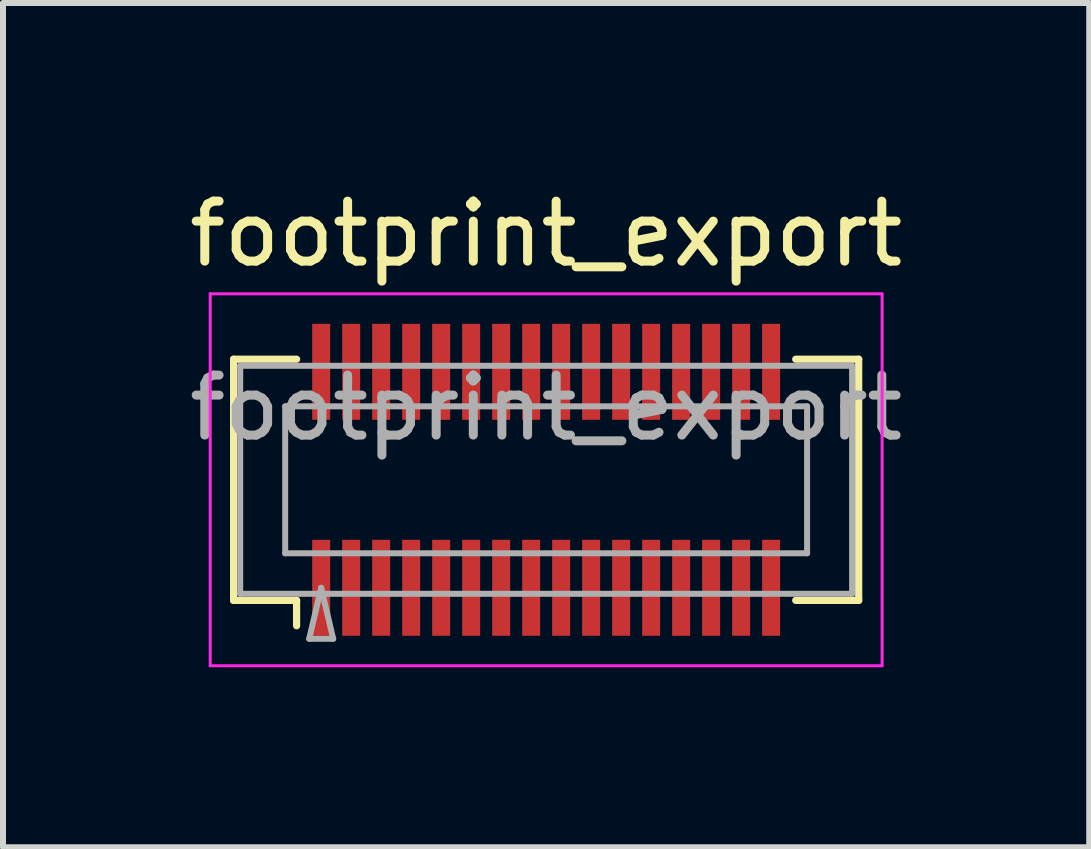
<source format=kicad_pcb>
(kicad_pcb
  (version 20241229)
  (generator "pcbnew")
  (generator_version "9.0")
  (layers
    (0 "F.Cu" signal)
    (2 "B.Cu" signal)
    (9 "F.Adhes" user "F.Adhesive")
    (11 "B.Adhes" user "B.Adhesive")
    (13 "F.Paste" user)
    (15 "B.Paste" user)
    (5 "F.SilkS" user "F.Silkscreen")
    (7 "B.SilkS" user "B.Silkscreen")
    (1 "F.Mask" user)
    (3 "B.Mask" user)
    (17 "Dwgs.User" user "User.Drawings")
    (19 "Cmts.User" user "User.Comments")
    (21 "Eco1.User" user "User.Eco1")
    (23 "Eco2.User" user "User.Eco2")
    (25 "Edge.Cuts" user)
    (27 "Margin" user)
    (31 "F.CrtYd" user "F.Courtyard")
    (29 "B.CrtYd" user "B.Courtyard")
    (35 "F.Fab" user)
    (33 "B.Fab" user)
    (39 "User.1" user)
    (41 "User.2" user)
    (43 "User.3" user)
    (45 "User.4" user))
  (footprint "footprint_export"
    (layer "F.Cu")
    (at 6.054 4.948)
    (property "Reference" "footprint_export" (at 0 -4.1 0) (layer "F.SilkS") (effects (font (size 1 1) (thickness 0.15))))
    (attr smd)
    (fp_line (start -5.21 -2.01) (end -4.16 -2.01) (stroke (width 0.12) (type solid)) (layer "F.SilkS"))
    (fp_line (start -5.21 2.01) (end -5.21 -2.01) (stroke (width 0.12) (type solid)) (layer "F.SilkS"))
    (fp_line (start -4.16 2.01) (end -5.21 2.01) (stroke (width 0.12) (type solid)) (layer "F.SilkS"))
    (fp_line (start -4.16 2.433) (end -4.16 2.01) (stroke (width 0.12) (type solid)) (layer "F.SilkS"))
    (fp_line (start 4.16 2.01) (end 5.21 2.01) (stroke (width 0.12) (type solid)) (layer "F.SilkS"))
    (fp_line (start 5.21 -2.01) (end 4.16 -2.01) (stroke (width 0.12) (type solid)) (layer "F.SilkS"))
    (fp_line (start 5.21 2.01) (end 5.21 -2.01) (stroke (width 0.12) (type solid)) (layer "F.SilkS"))
    (fp_line (start -5.6 -3.1) (end -5.6 3.1) (stroke (width 0.05) (type solid)) (layer "F.CrtYd"))
    (fp_line (start -5.6 3.1) (end 5.6 3.1) (stroke (width 0.05) (type solid)) (layer "F.CrtYd"))
    (fp_line (start 5.6 -3.1) (end -5.6 -3.1) (stroke (width 0.05) (type solid)) (layer "F.CrtYd"))
    (fp_line (start 5.6 3.1) (end 5.6 -3.1) (stroke (width 0.05) (type solid)) (layer "F.CrtYd"))
    (fp_line (start -5.1 -1.9) (end 5.1 -1.9) (stroke (width 0.1) (type solid)) (layer "F.Fab"))
    (fp_line (start -5.1 1.9) (end -5.1 -1.9) (stroke (width 0.1) (type solid)) (layer "F.Fab"))
    (fp_line (start -4.35 -1.225) (end 4.35 -1.225) (stroke (width 0.1) (type solid)) (layer "F.Fab"))
    (fp_line (start -4.35 1.225) (end -4.35 -1.225) (stroke (width 0.1) (type solid)) (layer "F.Fab"))
    (fp_line (start -3.95 2.65) (end -3.75 1.8) (stroke (width 0.1) (type solid)) (layer "F.Fab"))
    (fp_line (start -3.75 1.8) (end -3.55 2.65) (stroke (width 0.1) (type solid)) (layer "F.Fab"))
    (fp_line (start -3.55 2.65) (end -3.95 2.65) (stroke (width 0.1) (type solid)) (layer "F.Fab"))
    (fp_line (start 4.35 -1.225) (end 4.35 1.225) (stroke (width 0.1) (type solid)) (layer "F.Fab"))
    (fp_line (start 4.35 1.225) (end -4.35 1.225) (stroke (width 0.1) (type solid)) (layer "F.Fab"))
    (fp_line (start 5.1 -1.9) (end 5.1 1.9) (stroke (width 0.1) (type solid)) (layer "F.Fab"))
    (fp_line (start 5.1 1.9) (end -5.1 1.9) (stroke (width 0.1) (type solid)) (layer "F.Fab"))
    (fp_text user "${REFERENCE}" (at 0 -1.2 0) (layer "F.Fab") (effects (font (size 1 1) (thickness 0.15))))
    (pad "" smd rect (at -3.75 -2) (size 0.28 1.2) (layers "F.Paste"))
    (pad "" smd rect (at -3.75 2) (size 0.28 1.2) (layers "F.Paste"))
    (pad "" smd rect (at -3.25 -2) (size 0.28 1.2) (layers "F.Paste"))
    (pad "" smd rect (at -3.25 2) (size 0.28 1.2) (layers "F.Paste"))
    (pad "" smd rect (at -2.75 -2) (size 0.28 1.2) (layers "F.Paste"))
    (pad "" smd rect (at -2.75 2) (size 0.28 1.2) (layers "F.Paste"))
    (pad "" smd rect (at -2.25 -2) (size 0.28 1.2) (layers "F.Paste"))
    (pad "" smd rect (at -2.25 2) (size 0.28 1.2) (layers "F.Paste"))
    (pad "" smd rect (at -1.75 -2) (size 0.28 1.2) (layers "F.Paste"))
    (pad "" smd rect (at -1.75 2) (size 0.28 1.2) (layers "F.Paste"))
    (pad "" smd rect (at -1.25 -2) (size 0.28 1.2) (layers "F.Paste"))
    (pad "" smd rect (at -1.25 2) (size 0.28 1.2) (layers "F.Paste"))
    (pad "" smd rect (at -0.75 -2) (size 0.28 1.2) (layers "F.Paste"))
    (pad "" smd rect (at -0.75 2) (size 0.28 1.2) (layers "F.Paste"))
    (pad "" smd rect (at -0.25 -2) (size 0.28 1.2) (layers "F.Paste"))
    (pad "" smd rect (at -0.25 2) (size 0.28 1.2) (layers "F.Paste"))
    (pad "" smd rect (at 0.25 -2) (size 0.28 1.2) (layers "F.Paste"))
    (pad "" smd rect (at 0.25 2) (size 0.28 1.2) (layers "F.Paste"))
    (pad "" smd rect (at 0.75 -2) (size 0.28 1.2) (layers "F.Paste"))
    (pad "" smd rect (at 0.75 2) (size 0.28 1.2) (layers "F.Paste"))
    (pad "" smd rect (at 1.25 -2) (size 0.28 1.2) (layers "F.Paste"))
    (pad "" smd rect (at 1.25 2) (size 0.28 1.2) (layers "F.Paste"))
    (pad "" smd rect (at 1.75 -2) (size 0.28 1.2) (layers "F.Paste"))
    (pad "" smd rect (at 1.75 2) (size 0.28 1.2) (layers "F.Paste"))
    (pad "" smd rect (at 2.25 -2) (size 0.28 1.2) (layers "F.Paste"))
    (pad "" smd rect (at 2.25 2) (size 0.28 1.2) (layers "F.Paste"))
    (pad "" smd rect (at 2.75 -2) (size 0.28 1.2) (layers "F.Paste"))
    (pad "" smd rect (at 2.75 2) (size 0.28 1.2) (layers "F.Paste"))
    (pad "" smd rect (at 3.25 -2) (size 0.28 1.2) (layers "F.Paste"))
    (pad "" smd rect (at 3.25 2) (size 0.28 1.2) (layers "F.Paste"))
    (pad "" smd rect (at 3.75 -2) (size 0.28 1.2) (layers "F.Paste"))
    (pad "" smd rect (at 3.75 2) (size 0.28 1.2) (layers "F.Paste"))
    (pad "1" smd rect (at -3.75 1.8) (size 0.3 1.6) (layers "F.Cu" "F.Mask"))
    (pad "2" smd rect (at -3.25 1.8) (size 0.3 1.6) (layers "F.Cu" "F.Mask"))
    (pad "3" smd rect (at -2.75 1.8) (size 0.3 1.6) (layers "F.Cu" "F.Mask"))
    (pad "4" smd rect (at -2.25 1.8) (size 0.3 1.6) (layers "F.Cu" "F.Mask"))
    (pad "5" smd rect (at -1.75 1.8) (size 0.3 1.6) (layers "F.Cu" "F.Mask"))
    (pad "6" smd rect (at -1.25 1.8) (size 0.3 1.6) (layers "F.Cu" "F.Mask"))
    (pad "7" smd rect (at -0.75 1.8) (size 0.3 1.6) (layers "F.Cu" "F.Mask"))
    (pad "8" smd rect (at -0.25 1.8) (size 0.3 1.6) (layers "F.Cu" "F.Mask"))
    (pad "9" smd rect (at 0.25 1.8) (size 0.3 1.6) (layers "F.Cu" "F.Mask"))
    (pad "10" smd rect (at 0.75 1.8) (size 0.3 1.6) (layers "F.Cu" "F.Mask"))
    (pad "11" smd rect (at 1.25 1.8) (size 0.3 1.6) (layers "F.Cu" "F.Mask"))
    (pad "12" smd rect (at 1.75 1.8) (size 0.3 1.6) (layers "F.Cu" "F.Mask"))
    (pad "13" smd rect (at 2.25 1.8) (size 0.3 1.6) (layers "F.Cu" "F.Mask"))
    (pad "14" smd rect (at 2.75 1.8) (size 0.3 1.6) (layers "F.Cu" "F.Mask"))
    (pad "15" smd rect (at 3.25 1.8) (size 0.3 1.6) (layers "F.Cu" "F.Mask"))
    (pad "16" smd rect (at 3.75 1.8) (size 0.3 1.6) (layers "F.Cu" "F.Mask"))
    (pad "17" smd rect (at -3.75 -1.8) (size 0.3 1.6) (layers "F.Cu" "F.Mask"))
    (pad "18" smd rect (at -3.25 -1.8) (size 0.3 1.6) (layers "F.Cu" "F.Mask"))
    (pad "19" smd rect (at -2.75 -1.8) (size 0.3 1.6) (layers "F.Cu" "F.Mask"))
    (pad "20" smd rect (at -2.25 -1.8) (size 0.3 1.6) (layers "F.Cu" "F.Mask"))
    (pad "21" smd rect (at -1.75 -1.8) (size 0.3 1.6) (layers "F.Cu" "F.Mask"))
    (pad "22" smd rect (at -1.25 -1.8) (size 0.3 1.6) (layers "F.Cu" "F.Mask"))
    (pad "23" smd rect (at -0.75 -1.8) (size 0.3 1.6) (layers "F.Cu" "F.Mask"))
    (pad "24" smd rect (at -0.25 -1.8) (size 0.3 1.6) (layers "F.Cu" "F.Mask"))
    (pad "25" smd rect (at 0.25 -1.8) (size 0.3 1.6) (layers "F.Cu" "F.Mask"))
    (pad "26" smd rect (at 0.75 -1.8) (size 0.3 1.6) (layers "F.Cu" "F.Mask"))
    (pad "27" smd rect (at 1.25 -1.8) (size 0.3 1.6) (layers "F.Cu" "F.Mask"))
    (pad "28" smd rect (at 1.75 -1.8) (size 0.3 1.6) (layers "F.Cu" "F.Mask"))
    (pad "29" smd rect (at 2.25 -1.8) (size 0.3 1.6) (layers "F.Cu" "F.Mask"))
    (pad "30" smd rect (at 2.75 -1.8) (size 0.3 1.6) (layers "F.Cu" "F.Mask"))
    (pad "31" smd rect (at 3.25 -1.8) (size 0.3 1.6) (layers "F.Cu" "F.Mask"))
    (pad "32" smd rect (at 3.75 -1.8) (size 0.3 1.6) (layers "F.Cu" "F.Mask")))
  (gr_rect
    (start -3 -3)
    (end 15.107 11.073)
    (stroke (width 0.1) (type default))
    (fill no)
    (layer "Edge.Cuts")))
</source>
